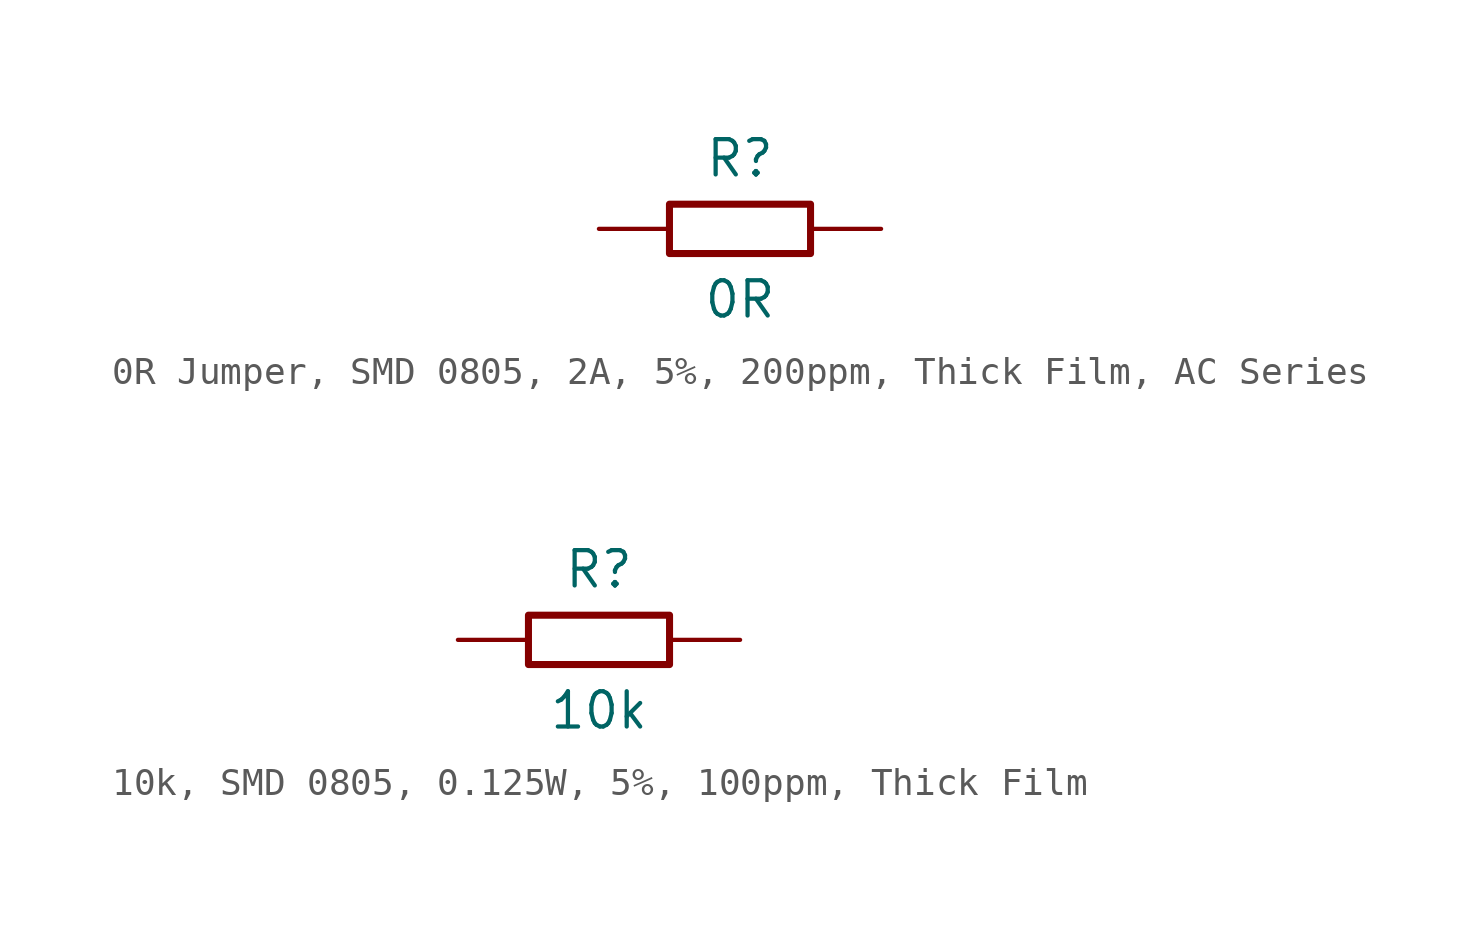
<source format=kicad_sym>
(kicad_symbol_lib
  (version 20231120)
  (generator "kicad_symbol_editor")
  (generator_version "8.0")
  (symbol "0R Jumper, SMD 0805, 2A, 5%, 200ppm, Thick Film, AC Series"
    (pin_numbers hide)
    (pin_names
      (offset 0) hide)
    (property "Reference" "R"
      (at 0 2.54 0)
      (effects (font (size 1.27 1.27))))
    (property "Value" "0R"
      (at 0 -2.54 0)
      (effects (font (size 1.27 1.27))))
    (symbol "0R Jumper, SMD 0805, 2A, 5%, 200ppm, Thick Film, AC Series_0_1"
      (rectangle (start -2.54 0.889) (end 2.54 -0.889) (stroke (width 0.254) (type default)) (fill (type none))))
    (symbol "0R Jumper, SMD 0805, 2A, 5%, 200ppm, Thick Film, AC Series_1_1"
      (pin passive line (at -5.08 0 0) (length 2.54) (name "1" (effects (font (size 1.27 1.27)))) (number "1" (effects (font (size 1.27 1.27)))))
      (pin passive line (at 5.08 0 180) (length 2.54) (name "2" (effects (font (size 1.27 1.27)))) (number "2" (effects (font (size 1.27 1.27)))))))
  (symbol "10k, SMD 0805, 0.125W, 5%, 100ppm, Thick Film"
    (pin_numbers hide)
    (pin_names
      (offset 0) hide)
    (property "Reference" "R"
      (at 0 2.54 0)
      (effects (font (size 1.27 1.27))))
    (property "Value" "10k"
      (at 0 -2.54 0)
      (effects (font (size 1.27 1.27))))
    (symbol "10k, SMD 0805, 0.125W, 5%, 100ppm, Thick Film_0_1"
      (rectangle (start -2.54 0.889) (end 2.54 -0.889) (stroke (width 0.254) (type default)) (fill (type none))))
    (symbol "10k, SMD 0805, 0.125W, 5%, 100ppm, Thick Film_1_1"
      (pin passive line (at -5.08 0 0) (length 2.54) (name "1" (effects (font (size 1.27 1.27)))) (number "1" (effects (font (size 1.27 1.27)))))
      (pin passive line (at 5.08 0 180) (length 2.54) (name "2" (effects (font (size 1.27 1.27)))) (number "2" (effects (font (size 1.27 1.27))))))))
</source>
